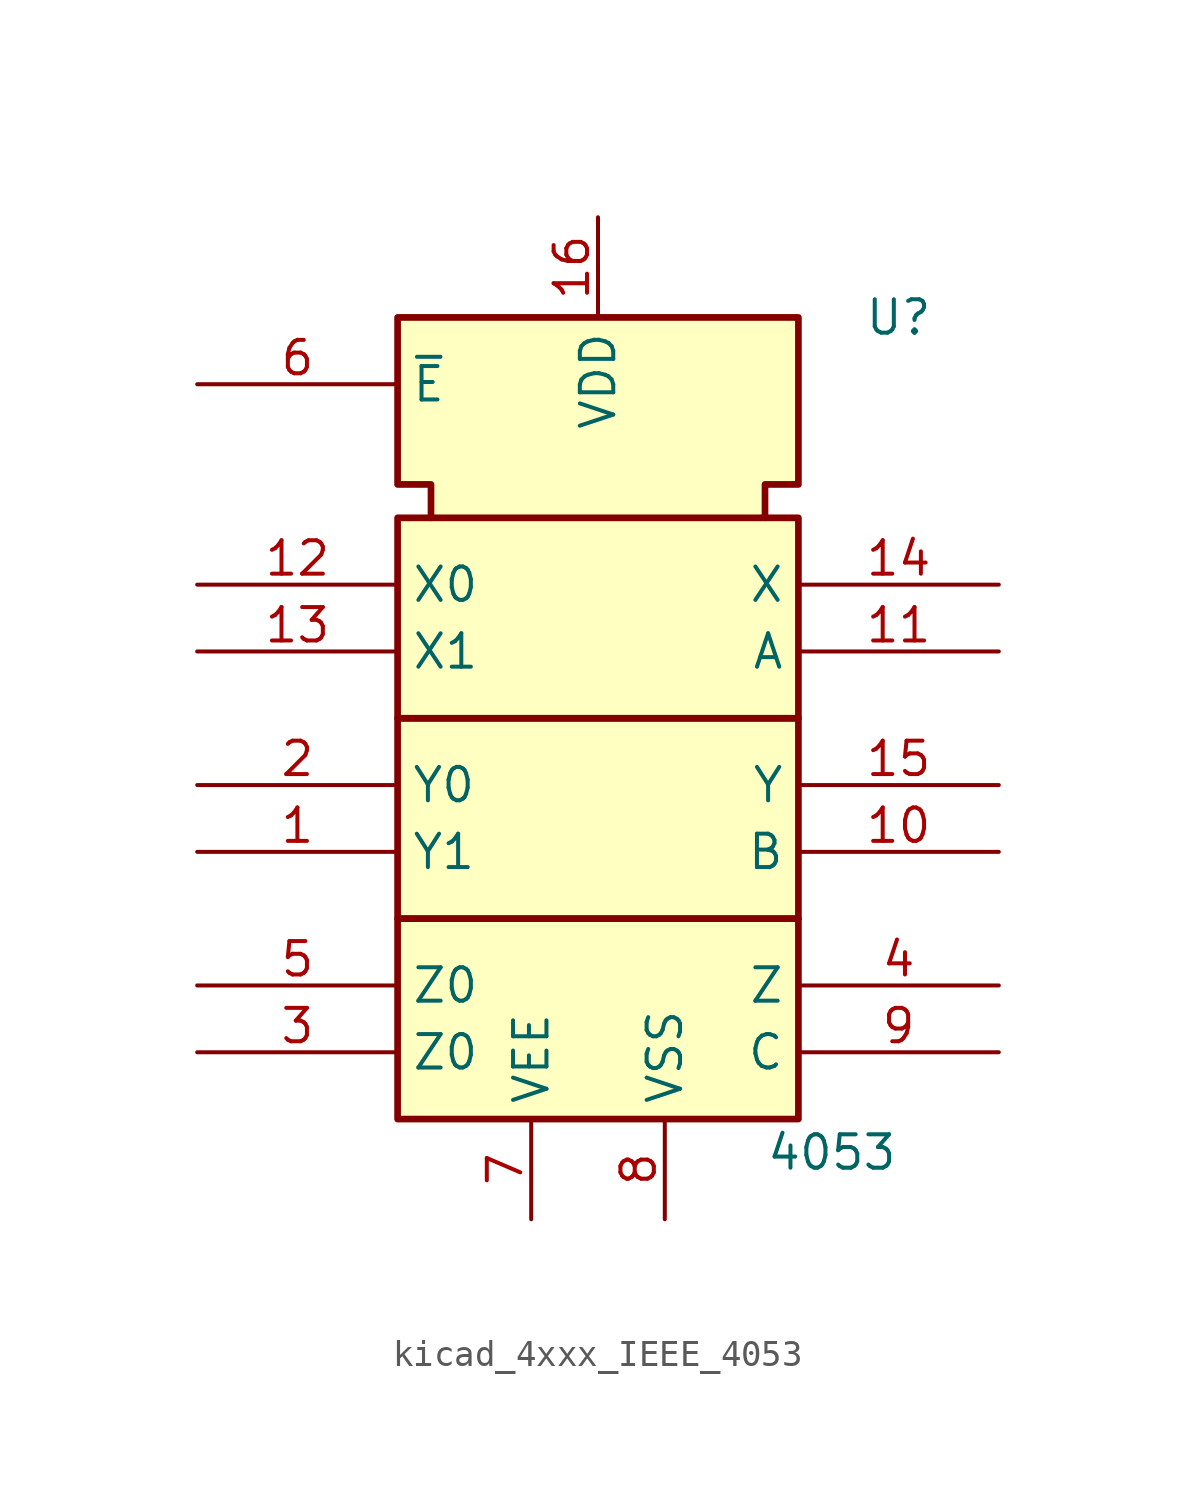
<source format=kicad_sym>
(kicad_symbol_lib
  (version 20220914)
  (generator kicad_symbol_editor)
  (symbol "kicad_4xxx_IEEE_4053"
    (property "Reference" "U"
      (at 11.43 13.97 0)
      (effects (font (size 1.27 1.27))))
    (property "Value" "4053"
      (at 8.89 -17.78 0)
      (effects (font (size 1.27 1.27))))
    (symbol "kicad_4xxx_IEEE_4053_0_0"
      (pin power_in line (at 0 17.78 270) (length 3.81) (name "VDD" (effects (font (size 1.27 1.27)))) (number "16" (effects (font (size 1.27 1.27)))))
      (pin power_in line (at 2.54 -20.32 90) (length 3.81) (name "VSS" (effects (font (size 1.27 1.27)))) (number "8" (effects (font (size 1.27 1.27))))))
    (symbol "kicad_4xxx_IEEE_4053_0_1"
      (rectangle (start -7.62 -8.89) (end 7.62 -16.51) (stroke (width 0.254) (type default)) (fill (type background)))
      (rectangle (start -7.62 -1.27) (end 7.62 -8.89) (stroke (width 0.254) (type default)) (fill (type background)))
      (rectangle (start -7.62 6.35) (end 7.62 -1.27) (stroke (width 0.254) (type default)) (fill (type background)))
      (polyline (pts (xy -6.35 6.35) (xy -6.35 7.62) (xy -7.62 7.62) (xy -7.62 13.97) (xy 7.62 13.97) (xy 7.62 7.62) (xy 6.35 7.62) (xy 6.35 6.35) (xy 6.35 6.35)) (stroke (width 0.254) (type default)) (fill (type background))))
    (symbol "kicad_4xxx_IEEE_4053_1_1"
      (pin passive line (at -15.24 -6.35 0) (length 7.62) (name "Y1" (effects (font (size 1.27 1.27)))) (number "1" (effects (font (size 1.27 1.27)))))
      (pin input line (at 15.24 -6.35 180) (length 7.62) (name "B" (effects (font (size 1.27 1.27)))) (number "10" (effects (font (size 1.27 1.27)))))
      (pin input line (at 15.24 1.27 180) (length 7.62) (name "A" (effects (font (size 1.27 1.27)))) (number "11" (effects (font (size 1.27 1.27)))))
      (pin passive line (at -15.24 3.81 0) (length 7.62) (name "X0" (effects (font (size 1.27 1.27)))) (number "12" (effects (font (size 1.27 1.27)))))
      (pin passive line (at -15.24 1.27 0) (length 7.62) (name "X1" (effects (font (size 1.27 1.27)))) (number "13" (effects (font (size 1.27 1.27)))))
      (pin passive line (at 15.24 3.81 180) (length 7.62) (name "X" (effects (font (size 1.27 1.27)))) (number "14" (effects (font (size 1.27 1.27)))))
      (pin passive line (at 15.24 -3.81 180) (length 7.62) (name "Y" (effects (font (size 1.27 1.27)))) (number "15" (effects (font (size 1.27 1.27)))))
      (pin passive line (at -15.24 -3.81 0) (length 7.62) (name "Y0" (effects (font (size 1.27 1.27)))) (number "2" (effects (font (size 1.27 1.27)))))
      (pin passive line (at -15.24 -13.97 0) (length 7.62) (name "Z0" (effects (font (size 1.27 1.27)))) (number "3" (effects (font (size 1.27 1.27)))))
      (pin passive line (at 15.24 -11.43 180) (length 7.62) (name "Z" (effects (font (size 1.27 1.27)))) (number "4" (effects (font (size 1.27 1.27)))))
      (pin passive line (at -15.24 -11.43 0) (length 7.62) (name "Z0" (effects (font (size 1.27 1.27)))) (number "5" (effects (font (size 1.27 1.27)))))
      (pin input line (at -15.24 11.43 0) (length 7.62) (name "~{E}" (effects (font (size 1.27 1.27)))) (number "6" (effects (font (size 1.27 1.27)))))
      (pin power_in line (at -2.54 -20.32 90) (length 3.81) (name "VEE" (effects (font (size 1.27 1.27)))) (number "7" (effects (font (size 1.27 1.27)))))
      (pin input line (at 15.24 -13.97 180) (length 7.62) (name "C" (effects (font (size 1.27 1.27)))) (number "9" (effects (font (size 1.27 1.27))))))))
</source>
